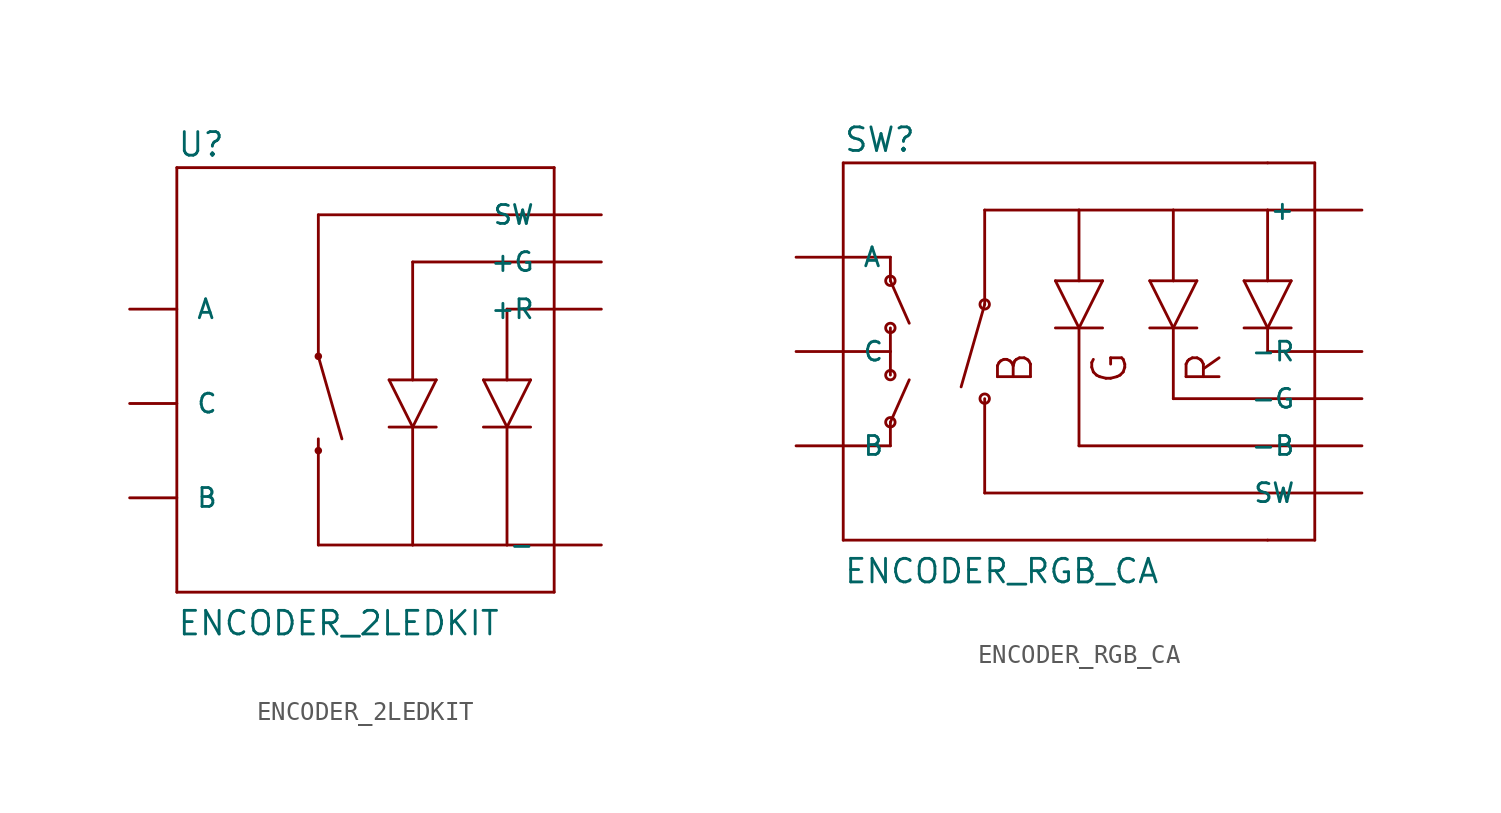
<source format=kicad_sym>
(kicad_symbol_lib
  (version 20220914)
  (generator kicad_symbol_editor)
  (symbol "ENCODER_2LEDKIT"
    (pin_numbers hide)
    (pin_names
      (offset 1.016))
    (property "Reference" "U"
      (at -10.16 13.208 0)
      (effects (font (size 1.27 1.27)) (justify left bottom)))
    (property "Value" "ENCODER_2LEDKIT"
      (at -10.16 -12.573 0)
      (effects (font (size 1.27 1.27)) (justify left bottom)))
    (property "ki_locked" ""
      (at 0 0 0)
      (effects (font (size 1.27 1.27))))
    (symbol "ENCODER_2LEDKIT_1_0"
      (polyline (pts (xy -10.16 -10.16) (xy 10.16 -10.16)) (stroke (width 0) (type solid)) (fill (type none)))
      (polyline (pts (xy -10.16 12.7) (xy -10.16 -10.16)) (stroke (width 0) (type solid)) (fill (type none)))
      (polyline (pts (xy -2.54 -7.62) (xy 2.54 -7.62)) (stroke (width 0) (type solid)) (fill (type none)))
      (polyline (pts (xy -2.54 -2.54) (xy -2.54 -7.62)) (stroke (width 0) (type solid)) (fill (type none)))
      (polyline (pts (xy -2.54 -1.905) (xy -2.54 -2.54)) (stroke (width 0) (type solid)) (fill (type none)))
      (polyline (pts (xy -2.54 2.54) (xy -2.54 10.16)) (stroke (width 0) (type solid)) (fill (type none)))
      (polyline (pts (xy -2.54 2.54) (xy -1.27 -1.905)) (stroke (width 0) (type solid)) (fill (type none)))
      (polyline (pts (xy -2.54 10.16) (xy 10.16 10.16)) (stroke (width 0) (type solid)) (fill (type none)))
      (polyline (pts (xy 2.54 -7.62) (xy 7.62 -7.62)) (stroke (width 0) (type solid)) (fill (type none)))
      (polyline (pts (xy 2.54 -1.27) (xy 1.27 -1.27)) (stroke (width 0) (type solid)) (fill (type none)))
      (polyline (pts (xy 2.54 -1.27) (xy 1.27 1.27)) (stroke (width 0) (type solid)) (fill (type none)))
      (polyline (pts (xy 2.54 -1.27) (xy 2.54 -7.62)) (stroke (width 0) (type solid)) (fill (type none)))
      (polyline (pts (xy 2.54 1.27) (xy 1.27 1.27)) (stroke (width 0) (type solid)) (fill (type none)))
      (polyline (pts (xy 2.54 1.27) (xy 2.54 7.62)) (stroke (width 0) (type solid)) (fill (type none)))
      (polyline (pts (xy 2.54 7.62) (xy 10.16 7.62)) (stroke (width 0) (type solid)) (fill (type none)))
      (polyline (pts (xy 3.81 -1.27) (xy 2.54 -1.27)) (stroke (width 0) (type solid)) (fill (type none)))
      (polyline (pts (xy 3.81 1.27) (xy 2.54 -1.27)) (stroke (width 0) (type solid)) (fill (type none)))
      (polyline (pts (xy 3.81 1.27) (xy 2.54 1.27)) (stroke (width 0) (type solid)) (fill (type none)))
      (polyline (pts (xy 7.62 -7.62) (xy 10.16 -7.62)) (stroke (width 0) (type solid)) (fill (type none)))
      (polyline (pts (xy 7.62 -1.27) (xy 6.35 -1.27)) (stroke (width 0) (type solid)) (fill (type none)))
      (polyline (pts (xy 7.62 -1.27) (xy 6.35 1.27)) (stroke (width 0) (type solid)) (fill (type none)))
      (polyline (pts (xy 7.62 -1.27) (xy 7.62 -7.62)) (stroke (width 0) (type solid)) (fill (type none)))
      (polyline (pts (xy 7.62 1.27) (xy 6.35 1.27)) (stroke (width 0) (type solid)) (fill (type none)))
      (polyline (pts (xy 7.62 1.27) (xy 7.62 5.08)) (stroke (width 0) (type solid)) (fill (type none)))
      (polyline (pts (xy 7.62 5.08) (xy 10.16 5.08)) (stroke (width 0) (type solid)) (fill (type none)))
      (polyline (pts (xy 8.89 -1.27) (xy 7.62 -1.27)) (stroke (width 0) (type solid)) (fill (type none)))
      (polyline (pts (xy 8.89 1.27) (xy 7.62 -1.27)) (stroke (width 0) (type solid)) (fill (type none)))
      (polyline (pts (xy 8.89 1.27) (xy 7.62 1.27)) (stroke (width 0) (type solid)) (fill (type none)))
      (polyline (pts (xy 10.16 -10.16) (xy 10.16 -7.62)) (stroke (width 0) (type solid)) (fill (type none)))
      (polyline (pts (xy 10.16 -7.62) (xy 10.16 5.08)) (stroke (width 0) (type solid)) (fill (type none)))
      (polyline (pts (xy 10.16 5.08) (xy 10.16 7.62)) (stroke (width 0) (type solid)) (fill (type none)))
      (polyline (pts (xy 10.16 7.62) (xy 10.16 10.16)) (stroke (width 0) (type solid)) (fill (type none)))
      (polyline (pts (xy 10.16 10.16) (xy 10.16 12.7)) (stroke (width 0) (type solid)) (fill (type none)))
      (polyline (pts (xy 10.16 12.7) (xy -10.16 12.7)) (stroke (width 0) (type solid)) (fill (type none))))
    (symbol "ENCODER_2LEDKIT_1_1"
      (circle (center -2.54 -2.54) (radius 0.127) (stroke (width 0) (type solid)) (fill (type outline)))
      (circle (center -2.54 2.54) (radius 0.127) (stroke (width 0) (type solid)) (fill (type outline)))
      (pin passive line (at 12.7 7.62 180) (length 2.54) (name "+G" (effects (font (size 1.016 1.016)))) (number "+G" (effects (font (size 1.016 1.016)))))
      (pin passive line (at 12.7 5.08 180) (length 2.54) (name "+R" (effects (font (size 1.016 1.016)))) (number "+R" (effects (font (size 1.016 1.016)))))
      (pin bidirectional line (at -12.7 5.08 0) (length 2.54) (name "A" (effects (font (size 1.016 1.016)))) (number "A" (effects (font (size 1.016 1.016)))))
      (pin bidirectional line (at -12.7 -5.08 0) (length 2.54) (name "B" (effects (font (size 1.016 1.016)))) (number "B" (effects (font (size 1.016 1.016)))))
      (pin bidirectional line (at -12.7 0 0) (length 2.54) (name "C" (effects (font (size 1.016 1.016)))) (number "C" (effects (font (size 1.016 1.016)))))
      (pin passive line (at 12.7 -7.62 180) (length 2.54) (name "-" (effects (font (size 1.016 1.016)))) (number "GND" (effects (font (size 1.016 1.016)))))
      (pin passive line (at 12.7 10.16 180) (length 2.54) (name "SW" (effects (font (size 1.016 1.016)))) (number "SW" (effects (font (size 1.016 1.016)))))))
  (symbol "ENCODER_RGB_CA"
    (pin_numbers hide)
    (pin_names
      (offset 1.016))
    (property "Reference" "SW"
      (at -12.7 10.668 0)
      (effects (font (size 1.27 1.27)) (justify left bottom)))
    (property "Value" "ENCODER_RGB_CA"
      (at -12.7 -12.573 0)
      (effects (font (size 1.27 1.27)) (justify left bottom)))
    (property "ki_locked" ""
      (at 0 0 0)
      (effects (font (size 1.27 1.27))))
    (symbol "ENCODER_RGB_CA_1_0"
      (polyline (pts (xy -12.7 -10.16) (xy 10.16 -10.16)) (stroke (width 0) (type solid)) (fill (type none)))
      (polyline (pts (xy -12.7 -5.08) (xy -12.7 -10.16)) (stroke (width 0) (type solid)) (fill (type none)))
      (polyline (pts (xy -12.7 0) (xy -12.7 -5.08)) (stroke (width 0) (type solid)) (fill (type none)))
      (polyline (pts (xy -12.7 5.08) (xy -12.7 0)) (stroke (width 0) (type solid)) (fill (type none)))
      (polyline (pts (xy -12.7 5.08) (xy -10.16 5.08)) (stroke (width 0) (type solid)) (fill (type none)))
      (polyline (pts (xy -12.7 10.16) (xy -12.7 5.08)) (stroke (width 0) (type solid)) (fill (type none)))
      (polyline (pts (xy -10.16 -5.08) (xy -12.7 -5.08)) (stroke (width 0) (type solid)) (fill (type none)))
      (polyline (pts (xy -10.16 -5.08) (xy -10.16 -3.81)) (stroke (width 0) (type solid)) (fill (type none)))
      (polyline (pts (xy -10.16 -3.81) (xy -9.144 -1.524)) (stroke (width 0) (type solid)) (fill (type none)))
      (polyline (pts (xy -10.16 0) (xy -12.7 0)) (stroke (width 0) (type solid)) (fill (type none)))
      (polyline (pts (xy -10.16 0) (xy -10.16 -1.27)) (stroke (width 0) (type solid)) (fill (type none)))
      (polyline (pts (xy -10.16 0) (xy -10.16 1.27)) (stroke (width 0) (type solid)) (fill (type none)))
      (polyline (pts (xy -10.16 3.81) (xy -9.144 1.524)) (stroke (width 0) (type solid)) (fill (type none)))
      (polyline (pts (xy -10.16 5.08) (xy -10.16 3.81)) (stroke (width 0) (type solid)) (fill (type none)))
      (polyline (pts (xy -5.08 -7.62) (xy -5.08 -2.54)) (stroke (width 0) (type solid)) (fill (type none)))
      (polyline (pts (xy -5.08 -7.62) (xy 12.7 -7.62)) (stroke (width 0) (type solid)) (fill (type none)))
      (polyline (pts (xy -5.08 2.54) (xy -6.35 -1.905)) (stroke (width 0) (type solid)) (fill (type none)))
      (polyline (pts (xy -5.08 7.62) (xy -5.08 2.54)) (stroke (width 0) (type solid)) (fill (type none)))
      (polyline (pts (xy -5.08 7.62) (xy 0 7.62)) (stroke (width 0) (type solid)) (fill (type none)))
      (polyline (pts (xy -1.27 1.27) (xy 0 1.27)) (stroke (width 0) (type solid)) (fill (type none)))
      (polyline (pts (xy -1.27 3.81) (xy 0 1.27)) (stroke (width 0) (type solid)) (fill (type none)))
      (polyline (pts (xy -1.27 3.81) (xy 0 3.81)) (stroke (width 0) (type solid)) (fill (type none)))
      (polyline (pts (xy 0 -5.08) (xy 0 1.27)) (stroke (width 0) (type solid)) (fill (type none)))
      (polyline (pts (xy 0 -5.08) (xy 12.7 -5.08)) (stroke (width 0) (type solid)) (fill (type none)))
      (polyline (pts (xy 0 1.27) (xy 1.27 1.27)) (stroke (width 0) (type solid)) (fill (type none)))
      (polyline (pts (xy 0 1.27) (xy 1.27 3.81)) (stroke (width 0) (type solid)) (fill (type none)))
      (polyline (pts (xy 0 3.81) (xy 1.27 3.81)) (stroke (width 0) (type solid)) (fill (type none)))
      (polyline (pts (xy 0 7.62) (xy 0 3.81)) (stroke (width 0) (type solid)) (fill (type none)))
      (polyline (pts (xy 0 7.62) (xy 5.08 7.62)) (stroke (width 0) (type solid)) (fill (type none)))
      (polyline (pts (xy 3.81 1.27) (xy 5.08 1.27)) (stroke (width 0) (type solid)) (fill (type none)))
      (polyline (pts (xy 3.81 3.81) (xy 5.08 1.27)) (stroke (width 0) (type solid)) (fill (type none)))
      (polyline (pts (xy 3.81 3.81) (xy 5.08 3.81)) (stroke (width 0) (type solid)) (fill (type none)))
      (polyline (pts (xy 5.08 -2.54) (xy 5.08 1.27)) (stroke (width 0) (type solid)) (fill (type none)))
      (polyline (pts (xy 5.08 -2.54) (xy 12.7 -2.54)) (stroke (width 0) (type solid)) (fill (type none)))
      (polyline (pts (xy 5.08 1.27) (xy 6.35 1.27)) (stroke (width 0) (type solid)) (fill (type none)))
      (polyline (pts (xy 5.08 1.27) (xy 6.35 3.81)) (stroke (width 0) (type solid)) (fill (type none)))
      (polyline (pts (xy 5.08 3.81) (xy 6.35 3.81)) (stroke (width 0) (type solid)) (fill (type none)))
      (polyline (pts (xy 5.08 7.62) (xy 5.08 3.81)) (stroke (width 0) (type solid)) (fill (type none)))
      (polyline (pts (xy 5.08 7.62) (xy 10.16 7.62)) (stroke (width 0) (type solid)) (fill (type none)))
      (polyline (pts (xy 8.89 1.27) (xy 10.16 1.27)) (stroke (width 0) (type solid)) (fill (type none)))
      (polyline (pts (xy 8.89 3.81) (xy 10.16 1.27)) (stroke (width 0) (type solid)) (fill (type none)))
      (polyline (pts (xy 8.89 3.81) (xy 10.16 3.81)) (stroke (width 0) (type solid)) (fill (type none)))
      (polyline (pts (xy 10.16 0) (xy 10.16 1.27)) (stroke (width 0) (type solid)) (fill (type none)))
      (polyline (pts (xy 10.16 0) (xy 12.7 0)) (stroke (width 0) (type solid)) (fill (type none)))
      (polyline (pts (xy 10.16 1.27) (xy 11.43 1.27)) (stroke (width 0) (type solid)) (fill (type none)))
      (polyline (pts (xy 10.16 1.27) (xy 11.43 3.81)) (stroke (width 0) (type solid)) (fill (type none)))
      (polyline (pts (xy 10.16 3.81) (xy 11.43 3.81)) (stroke (width 0) (type solid)) (fill (type none)))
      (polyline (pts (xy 10.16 7.62) (xy 10.16 3.81)) (stroke (width 0) (type solid)) (fill (type none)))
      (polyline (pts (xy 10.16 7.62) (xy 12.7 7.62)) (stroke (width 0) (type solid)) (fill (type none)))
      (polyline (pts (xy 10.16 10.16) (xy -12.7 10.16)) (stroke (width 0) (type solid)) (fill (type none)))
      (polyline (pts (xy 10.16 10.16) (xy 12.7 10.16)) (stroke (width 0) (type solid)) (fill (type none)))
      (polyline (pts (xy 12.7 -10.16) (xy 10.16 -10.16)) (stroke (width 0) (type solid)) (fill (type none)))
      (polyline (pts (xy 12.7 10.16) (xy 12.7 -10.16)) (stroke (width 0) (type solid)) (fill (type none)))
      (text "B" (at -3.429 -0.889 1800) (effects (font (size 1.778 1.778))))
      (text "G" (at 1.651 -0.889 1800) (effects (font (size 1.778 1.778))))
      (text "R" (at 6.731 -0.889 1800) (effects (font (size 1.778 1.778)))))
    (symbol "ENCODER_RGB_CA_1_1"
      (circle (center -10.16 -3.81) (radius 0.254) (stroke (width 0) (type solid)) (fill (type none)))
      (circle (center -10.16 -1.27) (radius 0.254) (stroke (width 0) (type solid)) (fill (type none)))
      (circle (center -10.16 1.27) (radius 0.254) (stroke (width 0) (type solid)) (fill (type none)))
      (circle (center -10.16 3.81) (radius 0.254) (stroke (width 0) (type solid)) (fill (type none)))
      (circle (center -5.08 -2.54) (radius 0.254) (stroke (width 0) (type solid)) (fill (type none)))
      (circle (center -5.08 2.54) (radius 0.254) (stroke (width 0) (type solid)) (fill (type none)))
      (pin passive line (at 15.24 0 180) (length 2.54) (name "-R" (effects (font (size 1.016 1.016)))) (number "1" (effects (font (size 1.016 1.016)))))
      (pin passive line (at 15.24 -2.54 180) (length 2.54) (name "-G" (effects (font (size 1.016 1.016)))) (number "2" (effects (font (size 1.016 1.016)))))
      (pin passive line (at 15.24 -7.62 180) (length 2.54) (name "SW" (effects (font (size 1.016 1.016)))) (number "3" (effects (font (size 1.016 1.016)))))
      (pin passive line (at 15.24 -5.08 180) (length 2.54) (name "-B" (effects (font (size 1.016 1.016)))) (number "4" (effects (font (size 1.016 1.016)))))
      (pin passive line (at 15.24 7.62 180) (length 2.54) (name "+" (effects (font (size 1.016 1.016)))) (number "5" (effects (font (size 1.016 1.016)))))
      (pin bidirectional line (at -15.24 5.08 0) (length 2.54) (name "A" (effects (font (size 1.016 1.016)))) (number "A" (effects (font (size 1.016 1.016)))))
      (pin bidirectional line (at -15.24 -5.08 0) (length 2.54) (name "B" (effects (font (size 1.016 1.016)))) (number "B" (effects (font (size 1.016 1.016)))))
      (pin bidirectional line (at -15.24 0 0) (length 2.54) (name "C" (effects (font (size 1.016 1.016)))) (number "C" (effects (font (size 1.016 1.016))))))))
</source>
